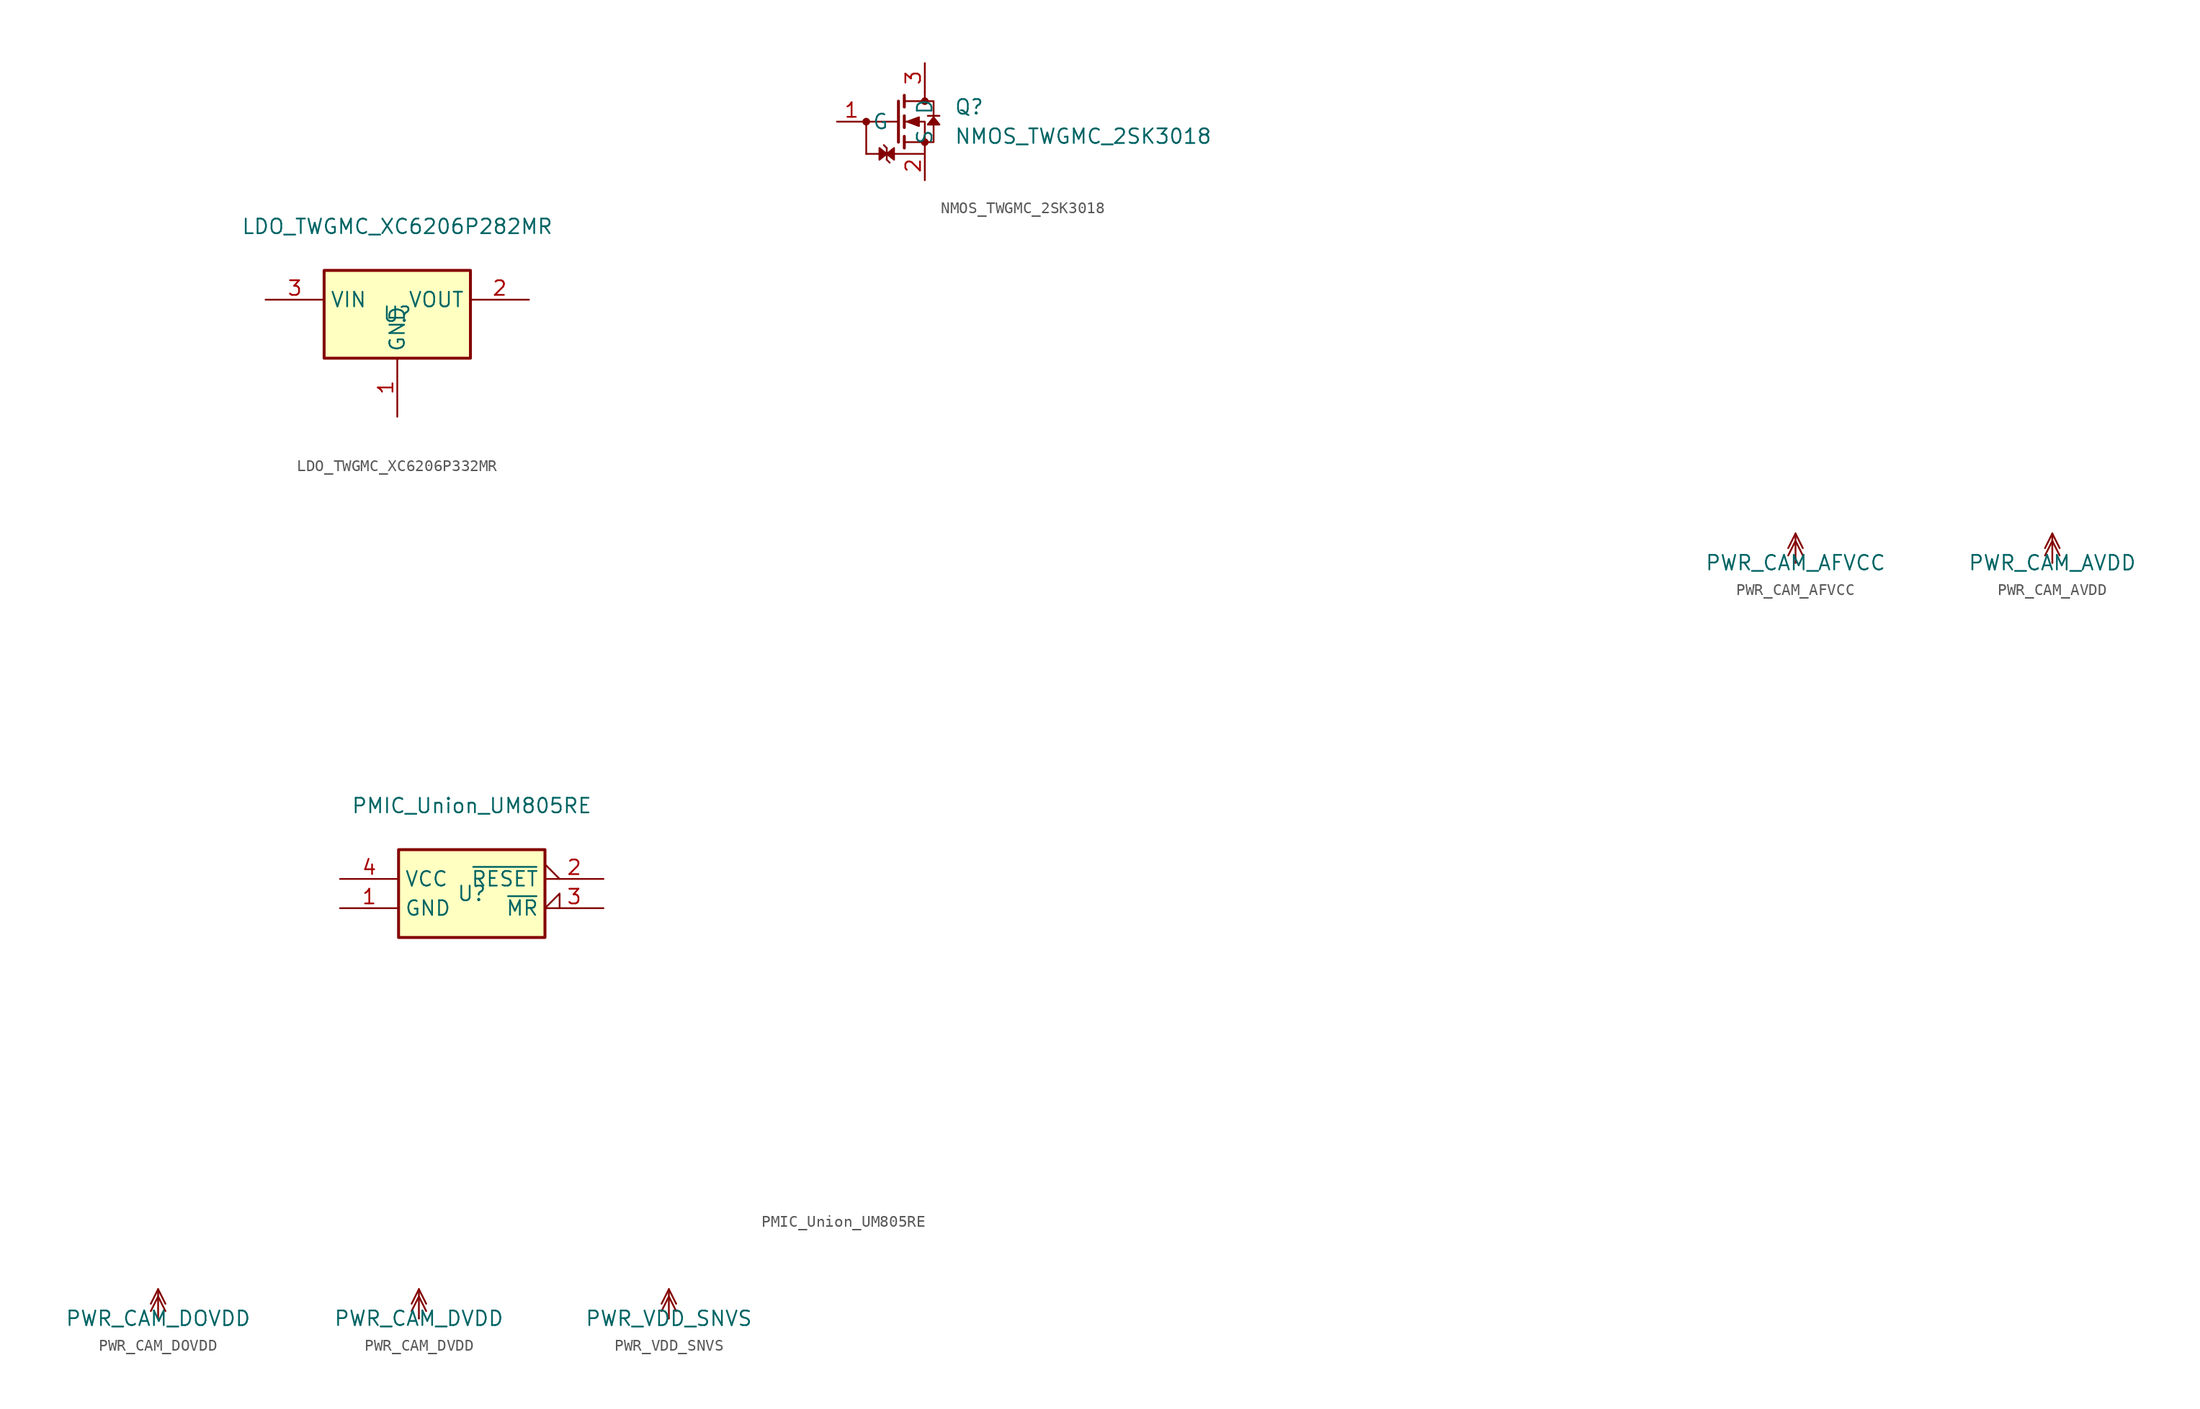
<source format=kicad_sym>
(kicad_symbol_lib
  (version 20231120)
  (generator "kicad_symbol_editor")
  (generator_version "8.0")
  (symbol "LDO_TWGMC_XC6206P332MR"
    (property "Reference" "U"
      (at 0 0 0)
      (effects (font (size 1.27 1.27))))
    (property "Value" "LDO_TWGMC_XC6206P282MR"
      (at 0 7.62 0)
      (effects (font (size 1.27 1.27))))
    (symbol "LDO_TWGMC_XC6206P332MR_1_0"
      (text_box private "XC6206P is a low power consumption LDO.\n\n33: Output voltage 3.3V.\n2: Output accuracy 2%.\nMR: SOT23 package." (at -25.4 20.32 0) (size 50.8 -11.43) (stroke (width 0) (type default)) (fill (type none)) (effects (font (size 1.27 1.27)) (justify left top))))
    (symbol "LDO_TWGMC_XC6206P332MR_1_1"
      (rectangle (start -6.35 3.81) (end 6.35 -3.81) (stroke (width 0.254) (type default)) (fill (type background)))
      (pin power_in line (at 0 -8.89 90) (length 5.08) (name "GND" (effects (font (size 1.27 1.27)))) (number "1" (effects (font (size 1.27 1.27)))))
      (pin power_out line (at 11.43 1.27 180) (length 5.08) (name "VOUT" (effects (font (size 1.27 1.27)))) (number "2" (effects (font (size 1.27 1.27)))))
      (pin power_in line (at -11.43 1.27 0) (length 5.08) (name "VIN" (effects (font (size 1.27 1.27)))) (number "3" (effects (font (size 1.27 1.27)))))))
  (symbol "NMOS_TWGMC_2SK3018"
    (property "Reference" "Q"
      (at 5.08 1.27 0)
      (effects (font (size 1.27 1.27)) (justify left)))
    (property "Value" "NMOS_TWGMC_2SK3018"
      (at 5.08 -1.27 0)
      (effects (font (size 1.27 1.27)) (justify left)))
    (symbol "NMOS_TWGMC_2SK3018_0_1"
      (circle (center -2.54 0) (radius 0.254) (stroke (width 0) (type default)) (fill (type outline)))
      (polyline (pts (xy -2.54 -2.794) (xy -2.54 0)) (stroke (width 0) (type default)) (fill (type none)))
      (polyline (pts (xy -2.54 -2.794) (xy -1.27 -2.794)) (stroke (width 0) (type default)) (fill (type none)))
      (polyline (pts (xy -0.762 -3.302) (xy -0.762 -2.286)) (stroke (width 0) (type default)) (fill (type none)))
      (polyline (pts (xy -0.254 -2.794) (xy 2.54 -2.794)) (stroke (width 0) (type default)) (fill (type none)))
      (polyline (pts (xy 0.254 0) (xy -2.54 0)) (stroke (width 0) (type default)) (fill (type none)))
      (polyline (pts (xy 0.254 1.778) (xy 0.254 -1.778)) (stroke (width 0.254) (type default)) (fill (type none)))
      (polyline (pts (xy 0.762 -1.27) (xy 0.762 -2.286)) (stroke (width 0.254) (type default)) (fill (type none)))
      (polyline (pts (xy 0.762 0.508) (xy 0.762 -0.508)) (stroke (width 0.254) (type default)) (fill (type none)))
      (polyline (pts (xy 0.762 2.286) (xy 0.762 1.27)) (stroke (width 0.254) (type default)) (fill (type none)))
      (polyline (pts (xy 2.54 2.54) (xy 2.54 1.778)) (stroke (width 0) (type default)) (fill (type none)))
      (polyline (pts (xy 2.794 0.508) (xy 3.81 0.508)) (stroke (width 0) (type default)) (fill (type none)))
      (polyline (pts (xy 2.54 -2.54) (xy 2.54 0) (xy 0.762 0)) (stroke (width 0) (type default)) (fill (type none)))
      (polyline (pts (xy 0.762 -1.778) (xy 3.302 -1.778) (xy 3.302 1.778) (xy 0.762 1.778)) (stroke (width 0) (type default)) (fill (type none)))
      (polyline (pts (xy 1.016 0) (xy 2.032 0.381) (xy 2.032 -0.381) (xy 1.016 0)) (stroke (width 0) (type default)) (fill (type outline)))
      (circle (center 2.54 -1.778) (radius 0.254) (stroke (width 0) (type default)) (fill (type outline)))
      (circle (center 2.54 1.778) (radius 0.254) (stroke (width 0) (type default)) (fill (type outline))))
    (symbol "NMOS_TWGMC_2SK3018_1_1"
      (polyline (pts (xy -1.016 -2.032) (xy -0.762 -2.286)) (stroke (width 0) (type default)) (fill (type none)))
      (polyline (pts (xy -0.762 -3.302) (xy -0.508 -3.556)) (stroke (width 0) (type default)) (fill (type none)))
      (polyline (pts (xy -0.762 -2.794) (xy -1.397 -2.286) (xy -1.397 -3.302) (xy -0.762 -2.794)) (stroke (width 0) (type default)) (fill (type outline)))
      (polyline (pts (xy -0.762 -2.794) (xy -0.127 -3.302) (xy -0.127 -2.286) (xy -0.762 -2.794)) (stroke (width 0) (type default)) (fill (type outline)))
      (polyline (pts (xy 3.302 0.381) (xy 2.794 -0.254) (xy 3.81 -0.254) (xy 3.302 0.381)) (stroke (width 0) (type default)) (fill (type outline)))
      (pin input line (at -5.08 0 0) (length 2.54) (name "G" (effects (font (size 1.27 1.27)))) (number "1" (effects (font (size 1.27 1.27)))))
      (pin passive line (at 2.54 -5.08 90) (length 2.54) (name "S" (effects (font (size 1.27 1.27)))) (number "2" (effects (font (size 1.27 1.27)))))
      (pin passive line (at 2.54 5.08 270) (length 2.54) (name "D" (effects (font (size 1.27 1.27)))) (number "3" (effects (font (size 1.27 1.27)))))))
  (symbol "PMIC_Union_UM805RE"
    (property "Reference" "U"
      (at 0 0 0)
      (effects (font (size 1.27 1.27))))
    (property "Value" "PMIC_Union_UM805RE"
      (at 0 7.62 0)
      (effects (font (size 1.27 1.27))))
    (symbol "PMIC_Union_UM805RE_0_0"
      (text_box private "UM805RE asserts a reset signal whenever the VCC supply voltage falls below a preset threshold, keeping it asserted for at least 140ms after VCC has risen above the reset threshold.\n\n05: Open-drain active low reset pin.\nR: Reset threshold 2.63V.\nE: SOT143." (at -25.4 26.67 0) (size 50.8 -17.78) (stroke (width 0) (type default)) (fill (type none)) (effects (font (size 1.27 1.27)) (justify left top))))
    (symbol "PMIC_Union_UM805RE_1_1"
      (rectangle (start -6.35 3.81) (end 6.35 -3.81) (stroke (width 0.254) (type default)) (fill (type background)))
      (text private "~{RESET}:\n	Active-Low Reset Output.\n	~{RESET} remains low while VCC is below the reset threshold\n	or while ~{MR} is held low.\n	Suggest 100k external pull-up.\n~{MR}:\n	Manual Reset Input.\n	A logic low on ~{MR} asserts reset. Reset remains asserted\n	as long as ~{MR} is low and for 240ms after ~{MR} returns\n	high. ~{MR} has an internal 20k pull-up resistor. It can be\n	driven from a TTL or CMOS-logic line, or shorted to ground.\n	Leave open if unused." (at 25.4 -10.16 0) (effects (font (size 1.27 1.27)) (justify left)))
      (pin power_in line (at -11.43 -1.27 0) (length 5.08) (name "GND" (effects (font (size 1.27 1.27)))) (number "1" (effects (font (size 1.27 1.27)))))
      (pin output output_low (at 11.43 1.27 180) (length 5.08) (name "~{RESET}" (effects (font (size 1.27 1.27)))) (number "2" (effects (font (size 1.27 1.27)))))
      (pin input input_low (at 11.43 -1.27 180) (length 5.08) (name "~{MR}" (effects (font (size 1.27 1.27)))) (number "3" (effects (font (size 1.27 1.27)))))
      (pin power_in line (at -11.43 1.27 0) (length 5.08) (name "VCC" (effects (font (size 1.27 1.27)))) (number "4" (effects (font (size 1.27 1.27)))))))
  (symbol "PWR_CAM_AFVCC"
    (power)
    (pin_numbers hide)
    (pin_names hide)
    (property "Reference" "#PWR_CAM_AFVCC"
      (at 0 0 0)
      (effects (font (size 1.27 1.27)) (hide yes)))
    (property "Value" "PWR_CAM_AFVCC"
      (at 0 0 0)
      (effects (font (size 1.27 1.27))))
    (symbol "PWR_CAM_AFVCC_0_1"
      (polyline (pts (xy -0.635 0.635) (xy 0 1.905)) (stroke (width 0) (type default)) (fill (type none)))
      (polyline (pts (xy -0.635 1.27) (xy 0 2.54)) (stroke (width 0) (type default)) (fill (type none)))
      (polyline (pts (xy 0 2.54) (xy 0 0)) (stroke (width 0) (type default)) (fill (type none)))
      (polyline (pts (xy 0.635 0.635) (xy 0 1.905)) (stroke (width 0) (type default)) (fill (type none)))
      (polyline (pts (xy 0.635 1.27) (xy 0 2.54)) (stroke (width 0) (type default)) (fill (type none))))
    (symbol "PWR_CAM_AFVCC_1_1"
      (pin power_in line (at 0 0 0) (length 0) (name "" (effects (font (size 1.27 1.27)))) (number "1" (effects (font (size 1.27 1.27)))))))
  (symbol "PWR_CAM_AVDD"
    (power)
    (pin_numbers hide)
    (pin_names hide)
    (property "Reference" "#PWR_CAM_AVDD"
      (at 0 0 0)
      (effects (font (size 1.27 1.27)) (hide yes)))
    (property "Value" "PWR_CAM_AVDD"
      (at 0 0 0)
      (effects (font (size 1.27 1.27))))
    (symbol "PWR_CAM_AVDD_0_1"
      (polyline (pts (xy -0.635 0.635) (xy 0 1.905)) (stroke (width 0) (type default)) (fill (type none)))
      (polyline (pts (xy -0.635 1.27) (xy 0 2.54)) (stroke (width 0) (type default)) (fill (type none)))
      (polyline (pts (xy 0 2.54) (xy 0 0)) (stroke (width 0) (type default)) (fill (type none)))
      (polyline (pts (xy 0.635 0.635) (xy 0 1.905)) (stroke (width 0) (type default)) (fill (type none)))
      (polyline (pts (xy 0.635 1.27) (xy 0 2.54)) (stroke (width 0) (type default)) (fill (type none))))
    (symbol "PWR_CAM_AVDD_1_1"
      (pin power_in line (at 0 0 0) (length 0) (name "" (effects (font (size 1.27 1.27)))) (number "1" (effects (font (size 1.27 1.27)))))))
  (symbol "PWR_CAM_DOVDD"
    (power)
    (pin_numbers hide)
    (pin_names hide)
    (property "Reference" "#PWR_CAM_DOVDD"
      (at 0 0 0)
      (effects (font (size 1.27 1.27)) (hide yes)))
    (property "Value" "PWR_CAM_DOVDD"
      (at 0 0 0)
      (effects (font (size 1.27 1.27))))
    (symbol "PWR_CAM_DOVDD_0_1"
      (polyline (pts (xy -0.635 0.635) (xy 0 1.905)) (stroke (width 0) (type default)) (fill (type none)))
      (polyline (pts (xy -0.635 1.27) (xy 0 2.54)) (stroke (width 0) (type default)) (fill (type none)))
      (polyline (pts (xy 0 2.54) (xy 0 0)) (stroke (width 0) (type default)) (fill (type none)))
      (polyline (pts (xy 0.635 0.635) (xy 0 1.905)) (stroke (width 0) (type default)) (fill (type none)))
      (polyline (pts (xy 0.635 1.27) (xy 0 2.54)) (stroke (width 0) (type default)) (fill (type none))))
    (symbol "PWR_CAM_DOVDD_1_1"
      (pin power_in line (at 0 0 0) (length 0) (name "" (effects (font (size 1.27 1.27)))) (number "1" (effects (font (size 1.27 1.27)))))))
  (symbol "PWR_CAM_DVDD"
    (power)
    (pin_numbers hide)
    (pin_names hide)
    (property "Reference" "#PWR_CAM_DVDD"
      (at 0 0 0)
      (effects (font (size 1.27 1.27)) (hide yes)))
    (property "Value" "PWR_CAM_DVDD"
      (at 0 0 0)
      (effects (font (size 1.27 1.27))))
    (symbol "PWR_CAM_DVDD_0_1"
      (polyline (pts (xy -0.635 0.635) (xy 0 1.905)) (stroke (width 0) (type default)) (fill (type none)))
      (polyline (pts (xy -0.635 1.27) (xy 0 2.54)) (stroke (width 0) (type default)) (fill (type none)))
      (polyline (pts (xy 0 2.54) (xy 0 0)) (stroke (width 0) (type default)) (fill (type none)))
      (polyline (pts (xy 0.635 0.635) (xy 0 1.905)) (stroke (width 0) (type default)) (fill (type none)))
      (polyline (pts (xy 0.635 1.27) (xy 0 2.54)) (stroke (width 0) (type default)) (fill (type none))))
    (symbol "PWR_CAM_DVDD_1_1"
      (pin power_in line (at 0 0 0) (length 0) (name "" (effects (font (size 1.27 1.27)))) (number "1" (effects (font (size 1.27 1.27)))))))
  (symbol "PWR_VDD_SNVS"
    (power)
    (pin_numbers hide)
    (pin_names hide)
    (property "Reference" "#PWR_VDD_SNVS"
      (at 0 0 0)
      (effects (font (size 1.27 1.27)) (hide yes)))
    (property "Value" "PWR_VDD_SNVS"
      (at 0 0 0)
      (effects (font (size 1.27 1.27))))
    (symbol "PWR_VDD_SNVS_0_1"
      (polyline (pts (xy -0.635 0.635) (xy 0 1.905)) (stroke (width 0) (type default)) (fill (type none)))
      (polyline (pts (xy -0.635 1.27) (xy 0 2.54)) (stroke (width 0) (type default)) (fill (type none)))
      (polyline (pts (xy 0 2.54) (xy 0 0)) (stroke (width 0) (type default)) (fill (type none)))
      (polyline (pts (xy 0.635 0.635) (xy 0 1.905)) (stroke (width 0) (type default)) (fill (type none)))
      (polyline (pts (xy 0.635 1.27) (xy 0 2.54)) (stroke (width 0) (type default)) (fill (type none))))
    (symbol "PWR_VDD_SNVS_1_1"
      (pin power_in line (at 0 0 0) (length 0) (name "" (effects (font (size 1.27 1.27)))) (number "1" (effects (font (size 1.27 1.27))))))))
</source>
